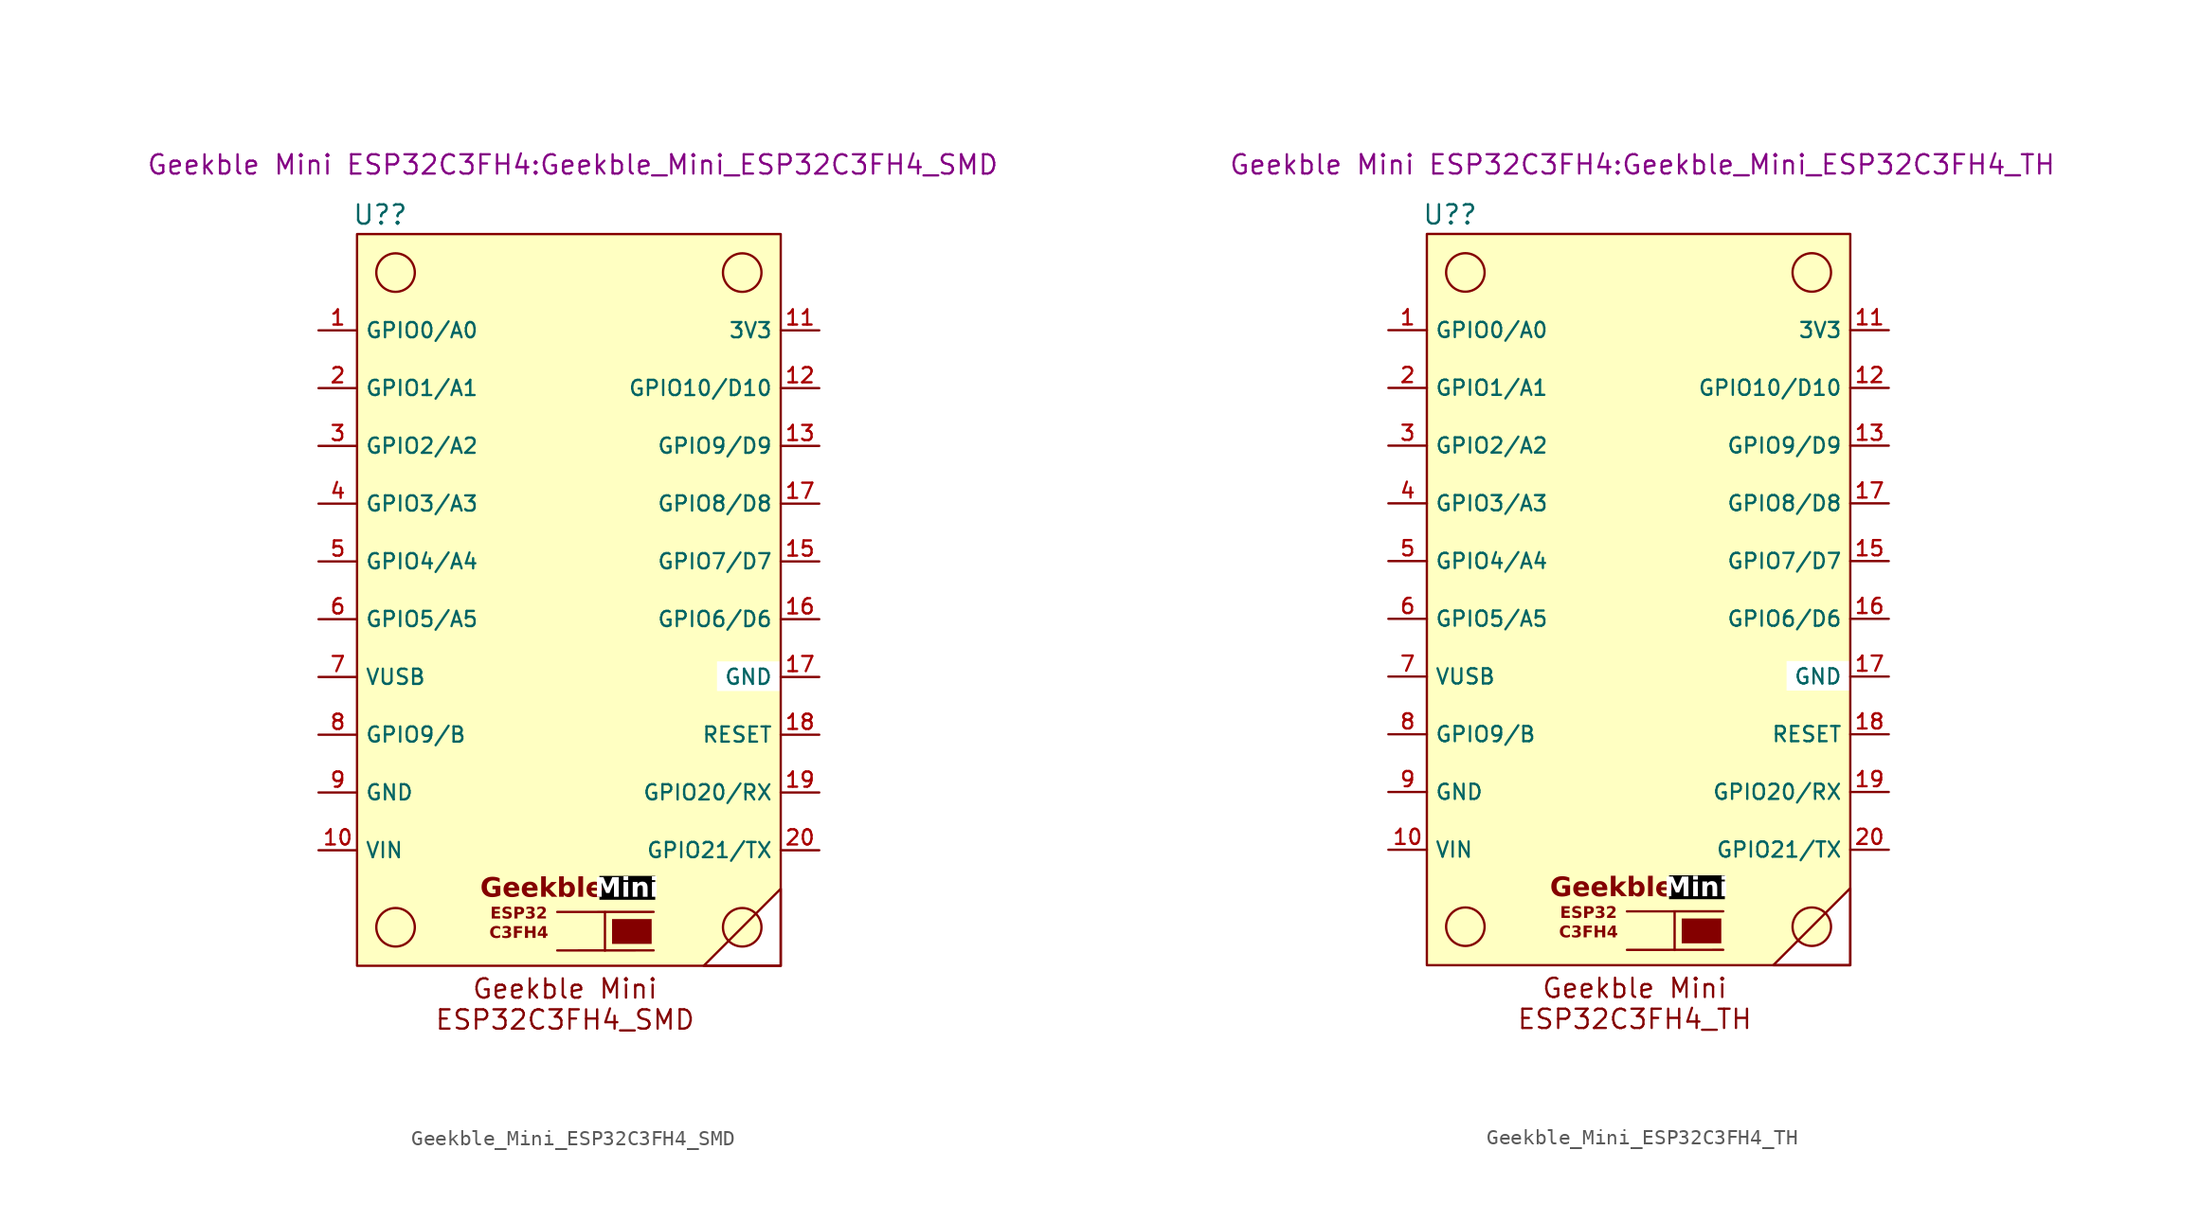
<source format=kicad_sym>
(kicad_symbol_lib
  (version 20241209)
  (generator "kicad_symbol_editor")
  (generator_version "9.0")
  (symbol "Geekble_Mini_ESP32C3FH4_SMD"
    (property "Reference" "U?"
      (at -8.636 17.78 0)
      (do_not_autoplace)
      (effects (font (size 1.27 1.27))))
    (property "Value" ""
      (at -3.81 13.97 0)
      (effects (font (size 1.27 1.27))))
    (property "Footprint" "Geekble Mini ESP32C3FH4:Geekble_Mini_ESP32C3FH4_SMD"
      (at 4.064 21.082 0)
      (effects (font (size 1.27 1.27))))
    (symbol "Geekble_Mini_ESP32C3FH4_SMD_1_0"
      (pin bidirectional line (at -12.7 10.16 0) (length 2.54) (name "GPIO0/A0" (effects (font (size 1 1)))) (number "1" (effects (font (size 1 1))))))
    (symbol "Geekble_Mini_ESP32C3FH4_SMD_1_1"
      (rectangle (start -10.21 -19.268) (end -6.002 -21.22) (stroke (width -0.0001) (type solid)) (fill (type color) (color 255 255 255 1)))
      (rectangle (start -10.16 16.51) (end 17.78 -31.75) (stroke (width 0) (type default)) (fill (type background)))
      (circle (center -7.62 13.97) (radius 1.27) (stroke (width 0) (type default)) (fill (type none)))
      (circle (center -7.62 -29.21) (radius 1.27) (stroke (width 0) (type default)) (fill (type none)))
      (rectangle (start 5.82 -25.821) (end 9.503 -27.395) (stroke (width -0.0001) (type solid)) (fill (type color) (color 0 0 0 1)))
      (polyline (pts (xy 6.188 -28.209) (xy 6.188 -30.749)) (stroke (width 0) (type default)) (fill (type none)))
      (rectangle (start 6.657 -28.667) (end 9.268 -30.307) (stroke (width -0.0001) (type solid)) (fill (type outline)))
      (polyline (pts (xy 9.398 -28.194) (xy 3.041 -28.198)) (stroke (width 0) (type default)) (fill (type none)))
      (polyline (pts (xy 9.398 -30.734) (xy 3.041 -30.738)) (stroke (width 0) (type default)) (fill (type none)))
      (polyline (pts (xy 12.7 -31.75) (xy 17.78 -26.67) (xy 17.78 -31.75) (xy 12.7 -31.75)) (stroke (width 0) (type solid)) (fill (type color) (color 255 255 255 1)))
      (rectangle (start 13.577 -11.675) (end 17.786 -13.627) (stroke (width -0.0001) (type solid)) (fill (type color) (color 255 255 255 1)))
      (circle (center 15.24 13.97) (radius 1.27) (stroke (width 0) (type default)) (fill (type none)))
      (circle (center 15.24 -29.21) (radius 1.27) (stroke (width 0) (type solid)) (fill (type background)))
      (text "ESP32\nC3FH4" (at 0.508 -28.956 0) (effects (font (face "Arial") (size 0.762 0.762) (bold yes))))
      (text "Geekble" (at 2.032 -26.67 0) (effects (font (face "Arial") (size 1.27 1.27) (bold yes))))
      (text "Geekble Mini\nESP32C3FH4_SMD\n" (at 3.556 -34.29 0) (effects (font (size 1.27 1.27))))
      (text "Mini" (at 7.62 -26.67 0) (effects (font (face "Arial") (size 1.27 1.27) (bold yes) (color 255 255 255 1))))
      (pin bidirectional line (at -12.7 6.35 0) (length 2.54) (name "GPIO1/A1" (effects (font (size 1 1)))) (number "2" (effects (font (size 1 1)))))
      (pin bidirectional line (at -12.7 2.54 0) (length 2.54) (name "GPIO2/A2" (effects (font (size 1 1)))) (number "3" (effects (font (size 1 1)))))
      (pin bidirectional line (at -12.7 -1.27 0) (length 2.54) (name "GPIO3/A3" (effects (font (size 1 1)))) (number "4" (effects (font (size 1 1)))))
      (pin bidirectional line (at -12.7 -5.08 0) (length 2.54) (name "GPIO4/A4" (effects (font (size 1 1)))) (number "5" (effects (font (size 1 1)))))
      (pin bidirectional line (at -12.7 -8.89 0) (length 2.54) (name "GPIO5/A5" (effects (font (size 1 1)))) (number "6" (effects (font (size 1 1)))))
      (pin output line (at -12.7 -12.7 0) (length 2.54) (name "VUSB" (effects (font (size 1 1)))) (number "7" (effects (font (size 1 1)))))
      (pin bidirectional line (at -12.7 -16.51 0) (length 2.54) (name "GPIO9/B" (effects (font (size 1 1)))) (number "8" (effects (font (size 1 1)))))
      (pin passive line (at -12.7 -20.32 0) (length 2.54) (name "GND" (effects (font (size 1 1)))) (number "9" (effects (font (size 1 1)))))
      (pin power_in line (at -12.7 -24.13 0) (length 2.54) (name "VIN" (effects (font (size 1 1)))) (number "10" (effects (font (size 1 1)))))
      (pin power_out line (at 20.32 10.16 180) (length 2.54) (name "3V3" (effects (font (size 1 1)))) (number "11" (effects (font (size 1 1)))))
      (pin bidirectional line (at 20.32 6.35 180) (length 2.54) (name "GPIO10/D10" (effects (font (size 1 1)))) (number "12" (effects (font (size 1 1)))))
      (pin bidirectional line (at 20.32 2.54 180) (length 2.54) (name "GPIO9/D9" (effects (font (size 1 1)))) (number "13" (effects (font (size 1 1)))))
      (pin bidirectional line (at 20.32 -1.27 180) (length 2.54) (name "GPIO8/D8" (effects (font (size 1 1)))) (number "17" (effects (font (size 1 1)))))
      (pin bidirectional line (at 20.32 -5.08 180) (length 2.54) (name "GPIO7/D7" (effects (font (size 1 1)))) (number "15" (effects (font (size 1 1)))))
      (pin bidirectional line (at 20.32 -8.89 180) (length 2.54) (name "GPIO6/D6" (effects (font (size 1 1)))) (number "16" (effects (font (size 1 1)))))
      (pin passive line (at 20.32 -12.7 180) (length 2.54) (name "GND" (effects (font (size 1 1)))) (number "17" (effects (font (size 1 1)))))
      (pin input line (at 20.32 -16.51 180) (length 2.54) (name "RESET" (effects (font (size 1 1)))) (number "18" (effects (font (size 1 1)))))
      (pin bidirectional line (at 20.32 -20.32 180) (length 2.54) (name "GPIO20/RX" (effects (font (size 1 1)))) (number "19" (effects (font (size 1 1)))))
      (pin bidirectional line (at 20.32 -24.13 180) (length 2.54) (name "GPIO21/TX" (effects (font (size 1 1)))) (number "20" (effects (font (size 1 1)))))))
  (symbol "Geekble_Mini_ESP32C3FH4_TH"
    (property "Reference" "U?"
      (at -8.636 17.78 0)
      (do_not_autoplace)
      (effects (font (size 1.27 1.27))))
    (property "Value" ""
      (at -3.81 13.97 0)
      (effects (font (size 1.27 1.27))))
    (property "Footprint" "Geekble Mini ESP32C3FH4:Geekble_Mini_ESP32C3FH4_TH"
      (at 4.064 21.082 0)
      (effects (font (size 1.27 1.27))))
    (symbol "Geekble_Mini_ESP32C3FH4_TH_1_0"
      (pin bidirectional line (at -12.7 10.16 0) (length 2.54) (name "GPIO0/A0" (effects (font (size 1 1)))) (number "1" (effects (font (size 1 1))))))
    (symbol "Geekble_Mini_ESP32C3FH4_TH_1_1"
      (rectangle (start -10.21 -19.268) (end -6.002 -21.22) (stroke (width -0.0001) (type solid)) (fill (type color) (color 255 255 255 1)))
      (rectangle (start -10.16 16.51) (end 17.78 -31.75) (stroke (width 0) (type default)) (fill (type background)))
      (circle (center -7.62 13.97) (radius 1.27) (stroke (width 0) (type default)) (fill (type none)))
      (circle (center -7.62 -29.21) (radius 1.27) (stroke (width 0) (type default)) (fill (type none)))
      (rectangle (start 5.82 -25.821) (end 9.503 -27.395) (stroke (width -0.0001) (type solid)) (fill (type color) (color 0 0 0 1)))
      (polyline (pts (xy 6.188 -28.209) (xy 6.188 -30.749)) (stroke (width 0) (type default)) (fill (type none)))
      (rectangle (start 6.657 -28.667) (end 9.268 -30.307) (stroke (width -0.0001) (type solid)) (fill (type outline)))
      (polyline (pts (xy 9.398 -28.194) (xy 3.041 -28.198)) (stroke (width 0) (type default)) (fill (type none)))
      (polyline (pts (xy 9.398 -30.734) (xy 3.041 -30.738)) (stroke (width 0) (type default)) (fill (type none)))
      (polyline (pts (xy 12.7 -31.75) (xy 17.78 -26.67) (xy 17.78 -31.75) (xy 12.7 -31.75)) (stroke (width 0) (type solid)) (fill (type color) (color 255 255 255 1)))
      (rectangle (start 13.577 -11.675) (end 17.786 -13.627) (stroke (width -0.0001) (type solid)) (fill (type color) (color 255 255 255 1)))
      (circle (center 15.24 13.97) (radius 1.27) (stroke (width 0) (type default)) (fill (type none)))
      (circle (center 15.24 -29.21) (radius 1.27) (stroke (width 0) (type solid)) (fill (type background)))
      (text "ESP32\nC3FH4" (at 0.508 -28.956 0) (effects (font (face "Arial") (size 0.762 0.762) (bold yes))))
      (text "Geekble" (at 2.032 -26.67 0) (effects (font (face "Arial") (size 1.27 1.27) (bold yes))))
      (text "Geekble Mini\nESP32C3FH4_TH\n" (at 3.556 -34.29 0) (effects (font (size 1.27 1.27))))
      (text "Mini" (at 7.62 -26.67 0) (effects (font (face "Arial") (size 1.27 1.27) (bold yes) (color 255 255 255 1))))
      (pin bidirectional line (at -12.7 6.35 0) (length 2.54) (name "GPIO1/A1" (effects (font (size 1 1)))) (number "2" (effects (font (size 1 1)))))
      (pin bidirectional line (at -12.7 2.54 0) (length 2.54) (name "GPIO2/A2" (effects (font (size 1 1)))) (number "3" (effects (font (size 1 1)))))
      (pin bidirectional line (at -12.7 -1.27 0) (length 2.54) (name "GPIO3/A3" (effects (font (size 1 1)))) (number "4" (effects (font (size 1 1)))))
      (pin bidirectional line (at -12.7 -5.08 0) (length 2.54) (name "GPIO4/A4" (effects (font (size 1 1)))) (number "5" (effects (font (size 1 1)))))
      (pin bidirectional line (at -12.7 -8.89 0) (length 2.54) (name "GPIO5/A5" (effects (font (size 1 1)))) (number "6" (effects (font (size 1 1)))))
      (pin output line (at -12.7 -12.7 0) (length 2.54) (name "VUSB" (effects (font (size 1 1)))) (number "7" (effects (font (size 1 1)))))
      (pin bidirectional line (at -12.7 -16.51 0) (length 2.54) (name "GPIO9/B" (effects (font (size 1 1)))) (number "8" (effects (font (size 1 1)))))
      (pin passive line (at -12.7 -20.32 0) (length 2.54) (name "GND" (effects (font (size 1 1)))) (number "9" (effects (font (size 1 1)))))
      (pin power_in line (at -12.7 -24.13 0) (length 2.54) (name "VIN" (effects (font (size 1 1)))) (number "10" (effects (font (size 1 1)))))
      (pin power_out line (at 20.32 10.16 180) (length 2.54) (name "3V3" (effects (font (size 1 1)))) (number "11" (effects (font (size 1 1)))))
      (pin bidirectional line (at 20.32 6.35 180) (length 2.54) (name "GPIO10/D10" (effects (font (size 1 1)))) (number "12" (effects (font (size 1 1)))))
      (pin bidirectional line (at 20.32 2.54 180) (length 2.54) (name "GPIO9/D9" (effects (font (size 1 1)))) (number "13" (effects (font (size 1 1)))))
      (pin bidirectional line (at 20.32 -1.27 180) (length 2.54) (name "GPIO8/D8" (effects (font (size 1 1)))) (number "17" (effects (font (size 1 1)))))
      (pin bidirectional line (at 20.32 -5.08 180) (length 2.54) (name "GPIO7/D7" (effects (font (size 1 1)))) (number "15" (effects (font (size 1 1)))))
      (pin bidirectional line (at 20.32 -8.89 180) (length 2.54) (name "GPIO6/D6" (effects (font (size 1 1)))) (number "16" (effects (font (size 1 1)))))
      (pin passive line (at 20.32 -12.7 180) (length 2.54) (name "GND" (effects (font (size 1 1)))) (number "17" (effects (font (size 1 1)))))
      (pin input line (at 20.32 -16.51 180) (length 2.54) (name "RESET" (effects (font (size 1 1)))) (number "18" (effects (font (size 1 1)))))
      (pin bidirectional line (at 20.32 -20.32 180) (length 2.54) (name "GPIO20/RX" (effects (font (size 1 1)))) (number "19" (effects (font (size 1 1)))))
      (pin bidirectional line (at 20.32 -24.13 180) (length 2.54) (name "GPIO21/TX" (effects (font (size 1 1)))) (number "20" (effects (font (size 1 1))))))))
</source>
